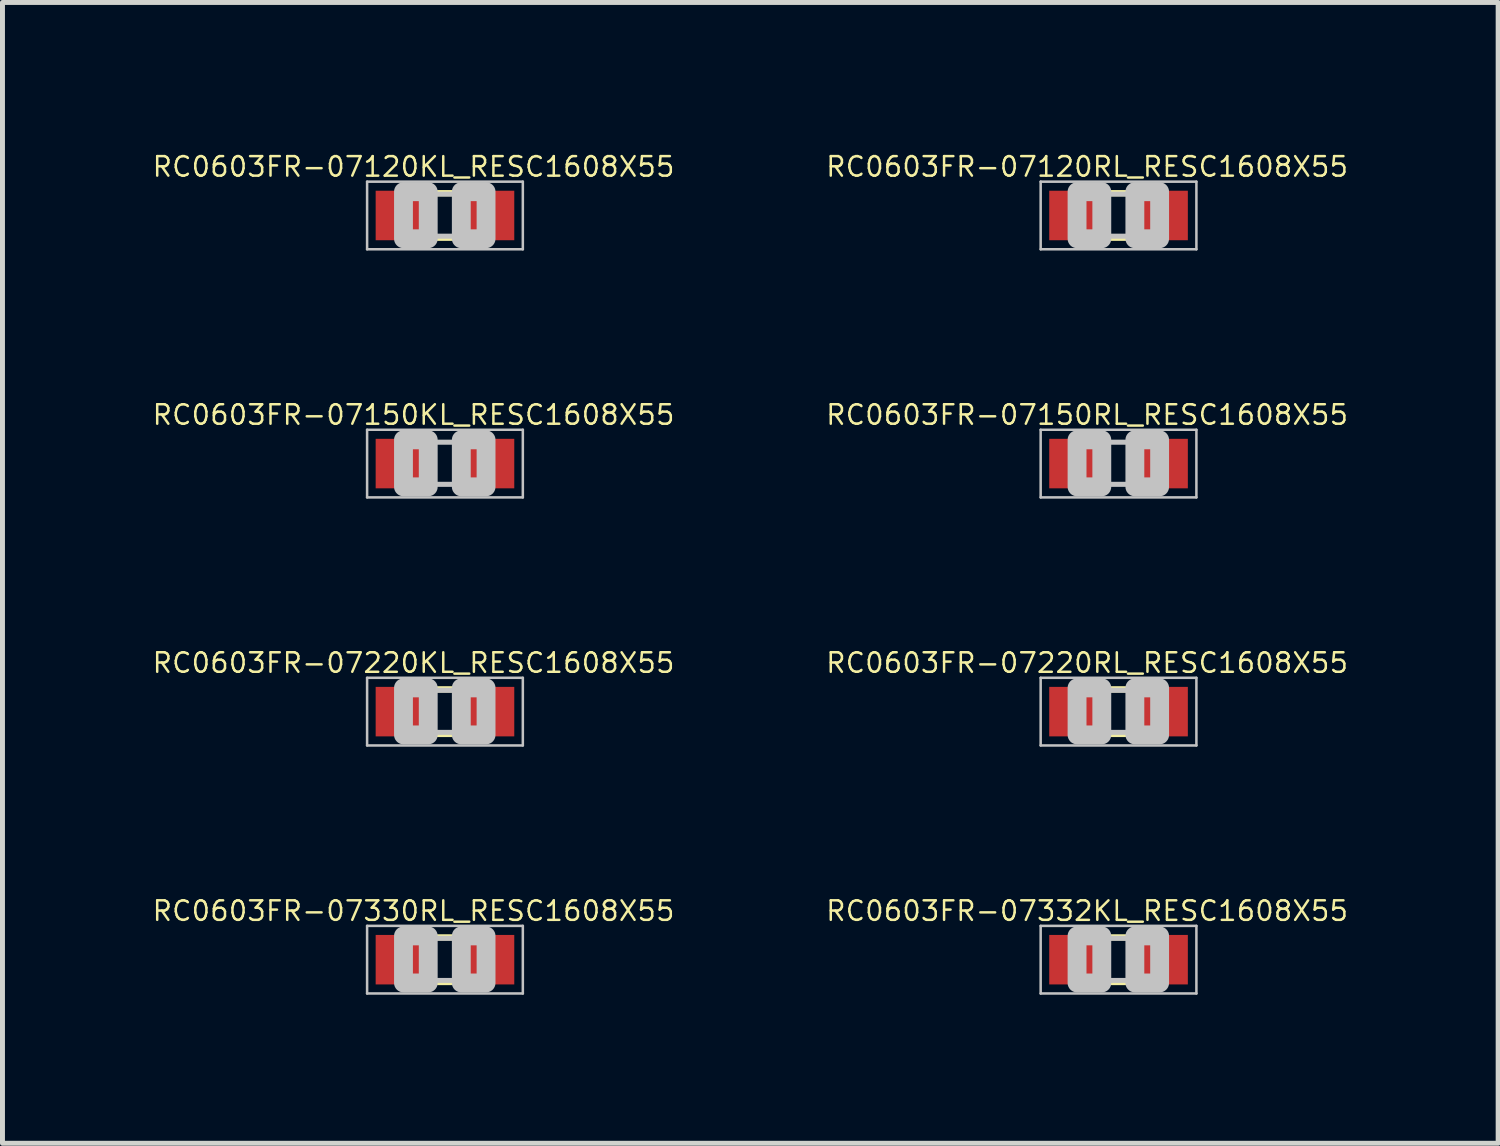
<source format=kicad_pcb>
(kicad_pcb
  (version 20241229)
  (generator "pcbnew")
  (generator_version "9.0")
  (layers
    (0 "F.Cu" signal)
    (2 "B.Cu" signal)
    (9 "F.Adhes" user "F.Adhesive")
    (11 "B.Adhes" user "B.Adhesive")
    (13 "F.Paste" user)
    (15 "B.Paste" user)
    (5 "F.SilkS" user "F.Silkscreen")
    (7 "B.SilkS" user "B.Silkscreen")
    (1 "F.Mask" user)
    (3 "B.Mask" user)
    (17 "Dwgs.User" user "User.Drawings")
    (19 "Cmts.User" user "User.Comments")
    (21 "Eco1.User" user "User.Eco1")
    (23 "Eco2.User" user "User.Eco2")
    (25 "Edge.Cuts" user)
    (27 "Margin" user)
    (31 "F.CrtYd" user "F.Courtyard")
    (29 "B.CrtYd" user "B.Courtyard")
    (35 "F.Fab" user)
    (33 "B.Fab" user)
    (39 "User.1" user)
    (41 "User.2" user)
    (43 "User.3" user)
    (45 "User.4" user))
  (footprint "RC0603FR-07220RL_RESC1608X55"
    (layer "F.Cu")
    (at 19.546 11.326)
    (property "Reference" "RC0603FR-07220RL_RESC1608X55" (at -0.635 -0.985 0) (layer "F.SilkS") (effects (font (size 0.394 0.394) (thickness 0.05))))
    (attr smd)
    (fp_line (start -0.15 -0.45) (end 0.15 -0.45) (stroke (width 0.127) (type solid)) (layer "F.SilkS"))
    (fp_line (start -0.15 0.45) (end 0.15 0.45) (stroke (width 0.127) (type solid)) (layer "F.SilkS"))
    (fp_line (start -1.573 -0.683) (end 1.573 -0.683) (stroke (width 0.051) (type solid)) (layer "Dwgs.User"))
    (fp_line (start -1.573 0.683) (end -1.573 -0.683) (stroke (width 0.051) (type solid)) (layer "Dwgs.User"))
    (fp_line (start -0.356 -0.432) (end 0.356 -0.432) (stroke (width 0.102) (type solid)) (layer "Dwgs.User"))
    (fp_line (start -0.356 0.419) (end 0.356 0.419) (stroke (width 0.102) (type solid)) (layer "Dwgs.User"))
    (fp_line (start 1.573 -0.683) (end 1.573 0.683) (stroke (width 0.051) (type solid)) (layer "Dwgs.User"))
    (fp_line (start 1.573 0.683) (end -1.573 0.683) (stroke (width 0.051) (type solid)) (layer "Dwgs.User"))
    (fp_poly (pts (xy -0.838 -0.48) (xy -0.338 -0.48) (xy -0.338 0.47) (xy -0.838 0.47)) (stroke (width 0.381) (type solid)) (fill no) (layer "Dwgs.User"))
    (fp_poly (pts (xy 0.33 -0.48) (xy 0.83 -0.48) (xy 0.83 0.47) (xy 0.33 0.47)) (stroke (width 0.381) (type solid)) (fill no) (layer "Dwgs.User"))
    (pad "1" smd rect (at -0.85 0) (size 1.1 1) (layers "F.Cu" "F.Mask" "F.Paste"))
    (pad "2" smd rect (at 0.85 0) (size 1.1 1) (layers "F.Cu" "F.Mask" "F.Paste")))
  (footprint "RC0603FR-07150KL_RESC1608X55"
    (layer "F.Cu")
    (at 5.939 6.315)
    (property "Reference" "RC0603FR-07150KL_RESC1608X55" (at -0.635 -0.985 0) (layer "F.SilkS") (effects (font (size 0.394 0.394) (thickness 0.05))))
    (attr smd)
    (fp_line (start -1.573 -0.683) (end 1.573 -0.683) (stroke (width 0.051) (type solid)) (layer "Dwgs.User"))
    (fp_line (start -1.573 0.683) (end -1.573 -0.683) (stroke (width 0.051) (type solid)) (layer "Dwgs.User"))
    (fp_line (start -0.356 -0.432) (end 0.356 -0.432) (stroke (width 0.102) (type solid)) (layer "Dwgs.User"))
    (fp_line (start -0.356 0.419) (end 0.356 0.419) (stroke (width 0.102) (type solid)) (layer "Dwgs.User"))
    (fp_line (start 1.573 -0.683) (end 1.573 0.683) (stroke (width 0.051) (type solid)) (layer "Dwgs.User"))
    (fp_line (start 1.573 0.683) (end -1.573 0.683) (stroke (width 0.051) (type solid)) (layer "Dwgs.User"))
    (fp_poly (pts (xy -0.838 -0.48) (xy -0.338 -0.48) (xy -0.338 0.47) (xy -0.838 0.47)) (stroke (width 0.381) (type solid)) (fill no) (layer "Dwgs.User"))
    (fp_poly (pts (xy 0.33 -0.48) (xy 0.83 -0.48) (xy 0.83 0.47) (xy 0.33 0.47)) (stroke (width 0.381) (type solid)) (fill no) (layer "Dwgs.User"))
    (pad "1" smd rect (at -0.85 0) (size 1.1 1) (layers "F.Cu" "F.Mask" "F.Paste"))
    (pad "2" smd rect (at 0.85 0) (size 1.1 1) (layers "F.Cu" "F.Mask" "F.Paste")))
  (footprint "RC0603FR-07330RL_RESC1608X55"
    (layer "F.Cu")
    (at 5.939 16.337)
    (property "Reference" "RC0603FR-07330RL_RESC1608X55" (at -0.635 -0.985 0) (layer "F.SilkS") (effects (font (size 0.394 0.394) (thickness 0.05))))
    (attr smd)
    (fp_line (start -0.15 -0.45) (end 0.15 -0.45) (stroke (width 0.127) (type solid)) (layer "F.SilkS"))
    (fp_line (start -0.15 0.45) (end 0.15 0.45) (stroke (width 0.127) (type solid)) (layer "F.SilkS"))
    (fp_line (start -1.573 -0.683) (end 1.573 -0.683) (stroke (width 0.051) (type solid)) (layer "Dwgs.User"))
    (fp_line (start -1.573 0.683) (end -1.573 -0.683) (stroke (width 0.051) (type solid)) (layer "Dwgs.User"))
    (fp_line (start -0.356 -0.432) (end 0.356 -0.432) (stroke (width 0.102) (type solid)) (layer "Dwgs.User"))
    (fp_line (start -0.356 0.419) (end 0.356 0.419) (stroke (width 0.102) (type solid)) (layer "Dwgs.User"))
    (fp_line (start 1.573 -0.683) (end 1.573 0.683) (stroke (width 0.051) (type solid)) (layer "Dwgs.User"))
    (fp_line (start 1.573 0.683) (end -1.573 0.683) (stroke (width 0.051) (type solid)) (layer "Dwgs.User"))
    (fp_poly (pts (xy -0.838 -0.48) (xy -0.338 -0.48) (xy -0.338 0.47) (xy -0.838 0.47)) (stroke (width 0.381) (type solid)) (fill no) (layer "Dwgs.User"))
    (fp_poly (pts (xy 0.33 -0.48) (xy 0.83 -0.48) (xy 0.83 0.47) (xy 0.33 0.47)) (stroke (width 0.381) (type solid)) (fill no) (layer "Dwgs.User"))
    (pad "1" smd rect (at -0.85 0) (size 1.1 1) (layers "F.Cu" "F.Mask" "F.Paste"))
    (pad "2" smd rect (at 0.85 0) (size 1.1 1) (layers "F.Cu" "F.Mask" "F.Paste")))
  (footprint "RC0603FR-07332KL_RESC1608X55"
    (layer "F.Cu")
    (at 19.546 16.337)
    (property "Reference" "RC0603FR-07332KL_RESC1608X55" (at -0.635 -0.985 0) (layer "F.SilkS") (effects (font (size 0.394 0.394) (thickness 0.05))))
    (attr smd)
    (fp_line (start -0.15 -0.45) (end 0.15 -0.45) (stroke (width 0.127) (type solid)) (layer "F.SilkS"))
    (fp_line (start -0.15 0.45) (end 0.15 0.45) (stroke (width 0.127) (type solid)) (layer "F.SilkS"))
    (fp_line (start -1.573 -0.683) (end 1.573 -0.683) (stroke (width 0.051) (type solid)) (layer "Dwgs.User"))
    (fp_line (start -1.573 0.683) (end -1.573 -0.683) (stroke (width 0.051) (type solid)) (layer "Dwgs.User"))
    (fp_line (start -0.356 -0.432) (end 0.356 -0.432) (stroke (width 0.102) (type solid)) (layer "Dwgs.User"))
    (fp_line (start -0.356 0.419) (end 0.356 0.419) (stroke (width 0.102) (type solid)) (layer "Dwgs.User"))
    (fp_line (start 1.573 -0.683) (end 1.573 0.683) (stroke (width 0.051) (type solid)) (layer "Dwgs.User"))
    (fp_line (start 1.573 0.683) (end -1.573 0.683) (stroke (width 0.051) (type solid)) (layer "Dwgs.User"))
    (fp_poly (pts (xy -0.838 -0.48) (xy -0.338 -0.48) (xy -0.338 0.47) (xy -0.838 0.47)) (stroke (width 0.381) (type solid)) (fill no) (layer "Dwgs.User"))
    (fp_poly (pts (xy 0.33 -0.48) (xy 0.83 -0.48) (xy 0.83 0.47) (xy 0.33 0.47)) (stroke (width 0.381) (type solid)) (fill no) (layer "Dwgs.User"))
    (pad "1" smd rect (at -0.85 0) (size 1.1 1) (layers "F.Cu" "F.Mask" "F.Paste"))
    (pad "2" smd rect (at 0.85 0) (size 1.1 1) (layers "F.Cu" "F.Mask" "F.Paste")))
  (footprint "RC0603FR-07150RL_RESC1608X55"
    (layer "F.Cu")
    (at 19.546 6.315)
    (property "Reference" "RC0603FR-07150RL_RESC1608X55" (at -0.635 -0.985 0) (layer "F.SilkS") (effects (font (size 0.394 0.394) (thickness 0.05))))
    (attr smd)
    (fp_line (start -1.573 -0.683) (end 1.573 -0.683) (stroke (width 0.051) (type solid)) (layer "Dwgs.User"))
    (fp_line (start -1.573 0.683) (end -1.573 -0.683) (stroke (width 0.051) (type solid)) (layer "Dwgs.User"))
    (fp_line (start -0.356 -0.432) (end 0.356 -0.432) (stroke (width 0.102) (type solid)) (layer "Dwgs.User"))
    (fp_line (start -0.356 0.419) (end 0.356 0.419) (stroke (width 0.102) (type solid)) (layer "Dwgs.User"))
    (fp_line (start 1.573 -0.683) (end 1.573 0.683) (stroke (width 0.051) (type solid)) (layer "Dwgs.User"))
    (fp_line (start 1.573 0.683) (end -1.573 0.683) (stroke (width 0.051) (type solid)) (layer "Dwgs.User"))
    (fp_poly (pts (xy -0.838 -0.48) (xy -0.338 -0.48) (xy -0.338 0.47) (xy -0.838 0.47)) (stroke (width 0.381) (type solid)) (fill no) (layer "Dwgs.User"))
    (fp_poly (pts (xy 0.33 -0.48) (xy 0.83 -0.48) (xy 0.83 0.47) (xy 0.33 0.47)) (stroke (width 0.381) (type solid)) (fill no) (layer "Dwgs.User"))
    (pad "1" smd rect (at -0.85 0) (size 1.1 1) (layers "F.Cu" "F.Mask" "F.Paste"))
    (pad "2" smd rect (at 0.85 0) (size 1.1 1) (layers "F.Cu" "F.Mask" "F.Paste")))
  (footprint "RC0603FR-07120RL_RESC1608X55"
    (layer "F.Cu")
    (at 19.546 1.303)
    (property "Reference" "RC0603FR-07120RL_RESC1608X55" (at -0.635 -0.985 0) (layer "F.SilkS") (effects (font (size 0.394 0.394) (thickness 0.05))))
    (attr smd)
    (fp_line (start -0.15 -0.45) (end 0.15 -0.45) (stroke (width 0.127) (type solid)) (layer "F.SilkS"))
    (fp_line (start -0.15 0.45) (end 0.15 0.45) (stroke (width 0.127) (type solid)) (layer "F.SilkS"))
    (fp_line (start -1.573 -0.683) (end 1.573 -0.683) (stroke (width 0.051) (type solid)) (layer "Dwgs.User"))
    (fp_line (start -1.573 0.683) (end -1.573 -0.683) (stroke (width 0.051) (type solid)) (layer "Dwgs.User"))
    (fp_line (start -0.356 -0.432) (end 0.356 -0.432) (stroke (width 0.102) (type solid)) (layer "Dwgs.User"))
    (fp_line (start -0.356 0.419) (end 0.356 0.419) (stroke (width 0.102) (type solid)) (layer "Dwgs.User"))
    (fp_line (start 1.573 -0.683) (end 1.573 0.683) (stroke (width 0.051) (type solid)) (layer "Dwgs.User"))
    (fp_line (start 1.573 0.683) (end -1.573 0.683) (stroke (width 0.051) (type solid)) (layer "Dwgs.User"))
    (fp_poly (pts (xy -0.838 -0.48) (xy -0.338 -0.48) (xy -0.338 0.47) (xy -0.838 0.47)) (stroke (width 0.381) (type solid)) (fill no) (layer "Dwgs.User"))
    (fp_poly (pts (xy 0.33 -0.48) (xy 0.83 -0.48) (xy 0.83 0.47) (xy 0.33 0.47)) (stroke (width 0.381) (type solid)) (fill no) (layer "Dwgs.User"))
    (pad "1" smd rect (at -0.85 0) (size 1.1 1) (layers "F.Cu" "F.Mask" "F.Paste"))
    (pad "2" smd rect (at 0.85 0) (size 1.1 1) (layers "F.Cu" "F.Mask" "F.Paste")))
  (footprint "RC0603FR-07120KL_RESC1608X55"
    (layer "F.Cu")
    (at 5.939 1.303)
    (property "Reference" "RC0603FR-07120KL_RESC1608X55" (at -0.635 -0.985 0) (layer "F.SilkS") (effects (font (size 0.394 0.394) (thickness 0.05))))
    (attr smd)
    (fp_line (start -0.15 -0.45) (end 0.15 -0.45) (stroke (width 0.127) (type solid)) (layer "F.SilkS"))
    (fp_line (start -0.15 0.45) (end 0.15 0.45) (stroke (width 0.127) (type solid)) (layer "F.SilkS"))
    (fp_line (start -1.573 -0.683) (end 1.573 -0.683) (stroke (width 0.051) (type solid)) (layer "Dwgs.User"))
    (fp_line (start -1.573 0.683) (end -1.573 -0.683) (stroke (width 0.051) (type solid)) (layer "Dwgs.User"))
    (fp_line (start -0.356 -0.432) (end 0.356 -0.432) (stroke (width 0.102) (type solid)) (layer "Dwgs.User"))
    (fp_line (start -0.356 0.419) (end 0.356 0.419) (stroke (width 0.102) (type solid)) (layer "Dwgs.User"))
    (fp_line (start 1.573 -0.683) (end 1.573 0.683) (stroke (width 0.051) (type solid)) (layer "Dwgs.User"))
    (fp_line (start 1.573 0.683) (end -1.573 0.683) (stroke (width 0.051) (type solid)) (layer "Dwgs.User"))
    (fp_poly (pts (xy -0.838 -0.48) (xy -0.338 -0.48) (xy -0.338 0.47) (xy -0.838 0.47)) (stroke (width 0.381) (type solid)) (fill no) (layer "Dwgs.User"))
    (fp_poly (pts (xy 0.33 -0.48) (xy 0.83 -0.48) (xy 0.83 0.47) (xy 0.33 0.47)) (stroke (width 0.381) (type solid)) (fill no) (layer "Dwgs.User"))
    (pad "1" smd rect (at -0.85 0) (size 1.1 1) (layers "F.Cu" "F.Mask" "F.Paste"))
    (pad "2" smd rect (at 0.85 0) (size 1.1 1) (layers "F.Cu" "F.Mask" "F.Paste")))
  (footprint "RC0603FR-07220KL_RESC1608X55"
    (layer "F.Cu")
    (at 5.939 11.326)
    (property "Reference" "RC0603FR-07220KL_RESC1608X55" (at -0.635 -0.985 0) (layer "F.SilkS") (effects (font (size 0.394 0.394) (thickness 0.05))))
    (attr smd)
    (fp_line (start -0.15 -0.45) (end 0.15 -0.45) (stroke (width 0.127) (type solid)) (layer "F.SilkS"))
    (fp_line (start -0.15 0.45) (end 0.15 0.45) (stroke (width 0.127) (type solid)) (layer "F.SilkS"))
    (fp_line (start -1.573 -0.683) (end 1.573 -0.683) (stroke (width 0.051) (type solid)) (layer "Dwgs.User"))
    (fp_line (start -1.573 0.683) (end -1.573 -0.683) (stroke (width 0.051) (type solid)) (layer "Dwgs.User"))
    (fp_line (start -0.356 -0.432) (end 0.356 -0.432) (stroke (width 0.102) (type solid)) (layer "Dwgs.User"))
    (fp_line (start -0.356 0.419) (end 0.356 0.419) (stroke (width 0.102) (type solid)) (layer "Dwgs.User"))
    (fp_line (start 1.573 -0.683) (end 1.573 0.683) (stroke (width 0.051) (type solid)) (layer "Dwgs.User"))
    (fp_line (start 1.573 0.683) (end -1.573 0.683) (stroke (width 0.051) (type solid)) (layer "Dwgs.User"))
    (fp_poly (pts (xy -0.838 -0.48) (xy -0.338 -0.48) (xy -0.338 0.47) (xy -0.838 0.47)) (stroke (width 0.381) (type solid)) (fill no) (layer "Dwgs.User"))
    (fp_poly (pts (xy 0.33 -0.48) (xy 0.83 -0.48) (xy 0.83 0.47) (xy 0.33 0.47)) (stroke (width 0.381) (type solid)) (fill no) (layer "Dwgs.User"))
    (pad "1" smd rect (at -0.85 0) (size 1.1 1) (layers "F.Cu" "F.Mask" "F.Paste"))
    (pad "2" smd rect (at 0.85 0) (size 1.1 1) (layers "F.Cu" "F.Mask" "F.Paste")))
  (gr_rect
    (start -3 -3)
    (end 27.215 20.046)
    (stroke (width 0.1) (type default))
    (fill no)
    (layer "Edge.Cuts")))
</source>
